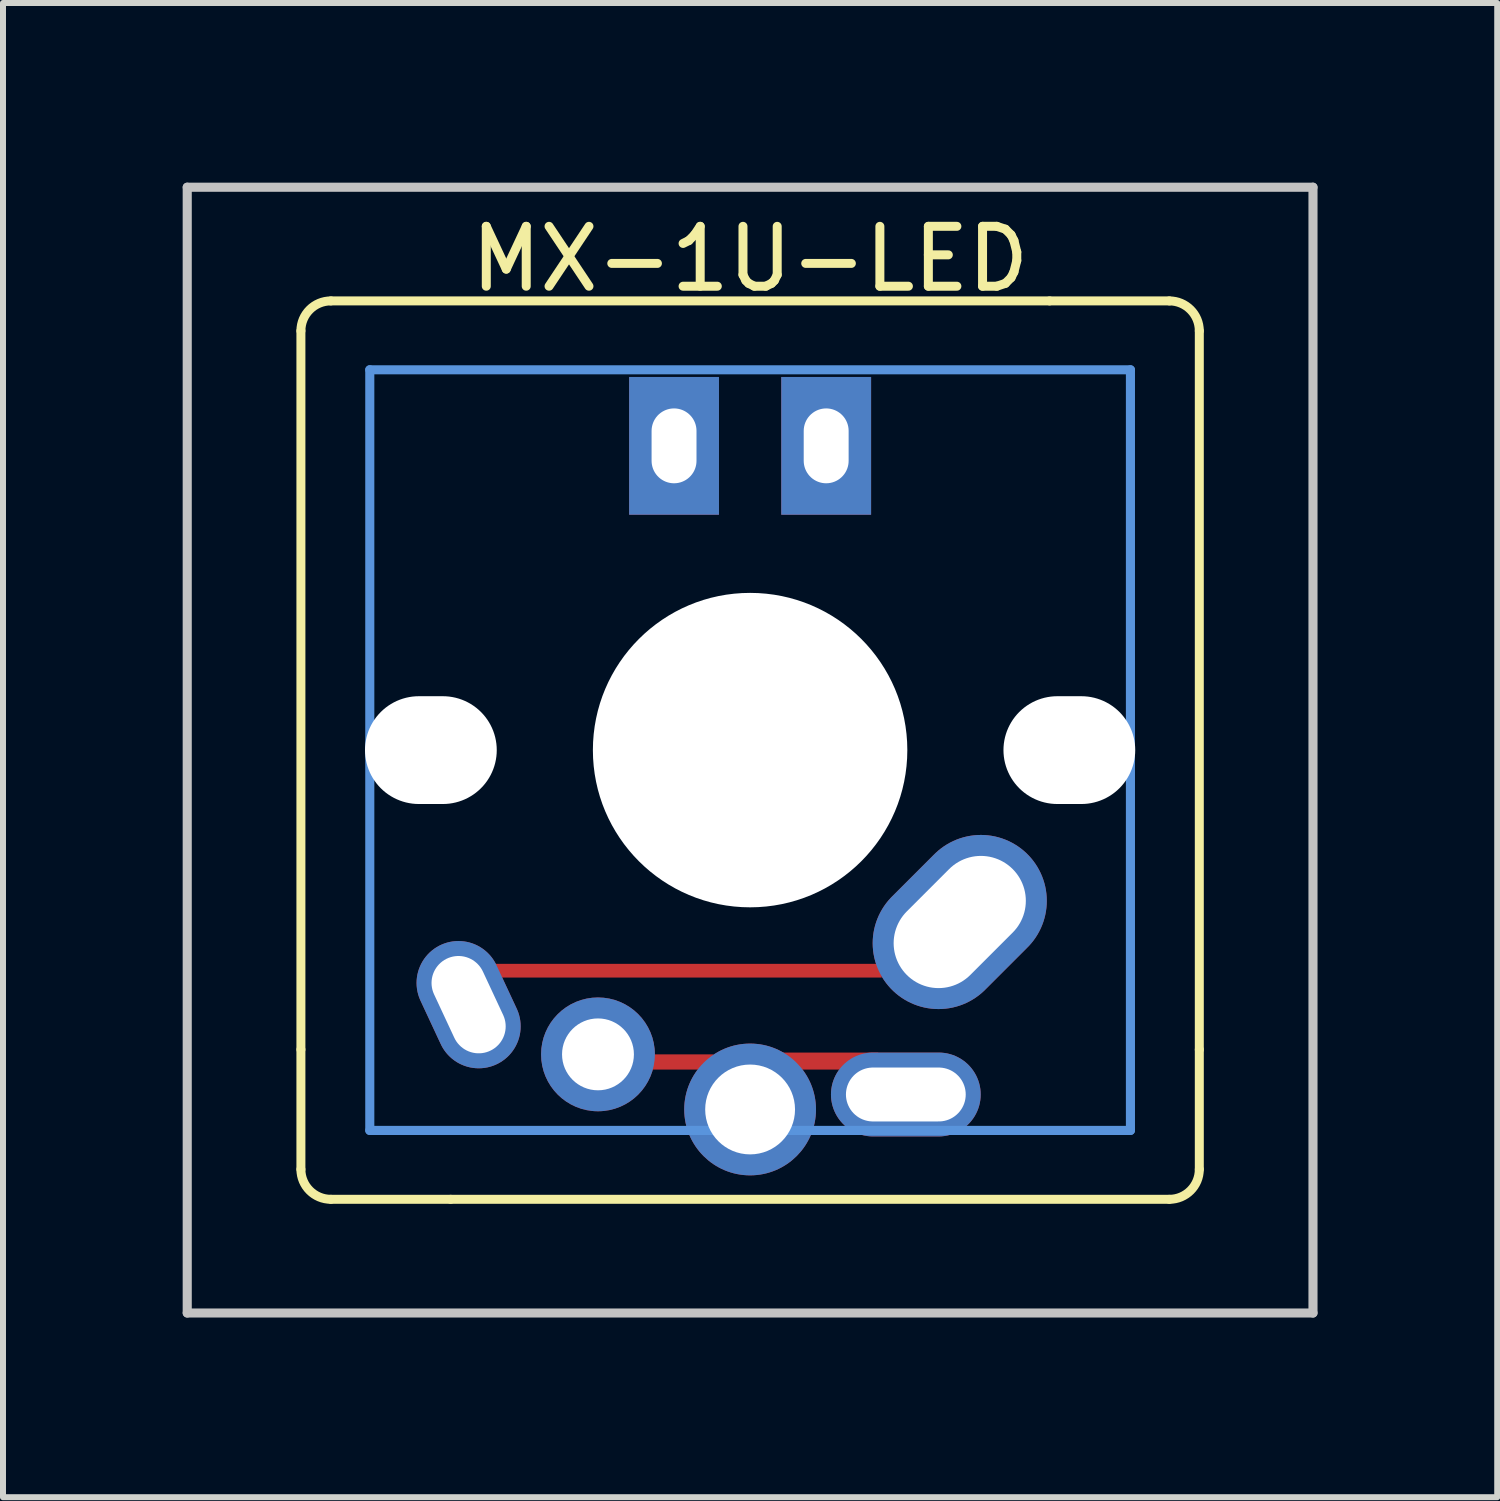
<source format=kicad_pcb>
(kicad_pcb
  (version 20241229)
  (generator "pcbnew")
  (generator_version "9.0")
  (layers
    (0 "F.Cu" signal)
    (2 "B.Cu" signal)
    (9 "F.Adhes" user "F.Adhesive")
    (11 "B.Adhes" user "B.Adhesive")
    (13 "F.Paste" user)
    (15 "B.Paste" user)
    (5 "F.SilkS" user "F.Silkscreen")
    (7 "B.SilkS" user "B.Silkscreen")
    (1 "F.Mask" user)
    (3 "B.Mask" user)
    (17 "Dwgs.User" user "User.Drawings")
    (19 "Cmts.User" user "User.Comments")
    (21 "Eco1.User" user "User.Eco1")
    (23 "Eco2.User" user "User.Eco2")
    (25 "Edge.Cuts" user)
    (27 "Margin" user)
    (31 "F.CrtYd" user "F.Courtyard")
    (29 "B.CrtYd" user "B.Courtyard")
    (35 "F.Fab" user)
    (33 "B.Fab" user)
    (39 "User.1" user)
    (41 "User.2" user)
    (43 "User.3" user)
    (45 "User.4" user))
  (footprint "MX-1U-LED"
    (layer "F.Cu")
    (at 9.474 9.474)
    (property "Reference" "MX-1U-LED" (at 0 -8.2 0) (layer "F.SilkS") (effects (font (size 1 1) (thickness 0.15))))
    (attr through_hole)
    (fp_line (start -7.5 -7) (end -7.5 5) (stroke (width 0.15) (type solid)) (layer "F.SilkS"))
    (fp_line (start -7.5 7) (end -7.5 5) (stroke (width 0.15) (type solid)) (layer "F.SilkS"))
    (fp_line (start -7 -7.5) (end 5 -7.5) (stroke (width 0.15) (type solid)) (layer "F.SilkS"))
    (fp_line (start -7 7.5) (end -5 7.5) (stroke (width 0.15) (type solid)) (layer "F.SilkS"))
    (fp_line (start 7 -7.5) (end 5 -7.5) (stroke (width 0.15) (type solid)) (layer "F.SilkS"))
    (fp_line (start 7 7.5) (end -5 7.5) (stroke (width 0.15) (type solid)) (layer "F.SilkS"))
    (fp_line (start 7.5 -7) (end 7.5 5) (stroke (width 0.15) (type solid)) (layer "F.SilkS"))
    (fp_line (start 7.5 7) (end 7.5 5) (stroke (width 0.15) (type solid)) (layer "F.SilkS"))
    (fp_arc (start -7.5 -7) (mid -7.353553 -7.353553) (end -7 -7.5) (stroke (width 0.15) (type solid)) (layer "F.SilkS"))
    (fp_arc (start -7 7.5) (mid -7.353553 7.353553) (end -7.5 7) (stroke (width 0.15) (type solid)) (layer "F.SilkS"))
    (fp_arc (start 7 -7.5) (mid 7.353553 -7.353553) (end 7.5 -7) (stroke (width 0.15) (type solid)) (layer "F.SilkS"))
    (fp_arc (start 7.5 7) (mid 7.353553 7.353553) (end 7 7.5) (stroke (width 0.15) (type solid)) (layer "F.SilkS"))
    (fp_line (start -9.398 -9.398) (end 9.398 -9.398) (stroke (width 0.152) (type solid)) (layer "Dwgs.User"))
    (fp_line (start -9.398 9.398) (end -9.398 -9.398) (stroke (width 0.152) (type solid)) (layer "Dwgs.User"))
    (fp_line (start 9.398 -9.398) (end 9.398 9.398) (stroke (width 0.152) (type solid)) (layer "Dwgs.User"))
    (fp_line (start 9.398 9.398) (end -9.398 9.398) (stroke (width 0.152) (type solid)) (layer "Dwgs.User"))
    (fp_line (start -6.35 -6.35) (end 6.35 -6.35) (stroke (width 0.152) (type solid)) (layer "Cmts.User"))
    (fp_line (start -6.35 6.35) (end -6.35 -6.35) (stroke (width 0.152) (type solid)) (layer "Cmts.User"))
    (fp_line (start 6.35 -6.35) (end 6.35 6.35) (stroke (width 0.152) (type solid)) (layer "Cmts.User"))
    (fp_line (start 6.35 6.35) (end -6.35 6.35) (stroke (width 0.152) (type solid)) (layer "Cmts.User"))
    (fp_line (start -7.798 -6.005) (end -6.985 -6.005) (stroke (width 0.152) (type solid)) (layer "Eco2.User"))
    (fp_line (start -7.798 -2.504) (end -7.798 -6.005) (stroke (width 0.152) (type solid)) (layer "Eco2.User"))
    (fp_line (start -7.798 2.504) (end -6.985 2.504) (stroke (width 0.152) (type solid)) (layer "Eco2.User"))
    (fp_line (start -7.798 6.005) (end -7.798 2.504) (stroke (width 0.152) (type solid)) (layer "Eco2.User"))
    (fp_line (start -6.985 -6.985) (end 6.985 -6.985) (stroke (width 0.152) (type solid)) (layer "Eco2.User"))
    (fp_line (start -6.985 -6.005) (end -6.985 -6.985) (stroke (width 0.152) (type solid)) (layer "Eco2.User"))
    (fp_line (start -6.985 -2.504) (end -7.798 -2.504) (stroke (width 0.152) (type solid)) (layer "Eco2.User"))
    (fp_line (start -6.985 2.504) (end -6.985 -2.504) (stroke (width 0.152) (type solid)) (layer "Eco2.User"))
    (fp_line (start -6.985 6.005) (end -7.798 6.005) (stroke (width 0.152) (type solid)) (layer "Eco2.User"))
    (fp_line (start -6.985 6.985) (end -6.985 6.005) (stroke (width 0.152) (type solid)) (layer "Eco2.User"))
    (fp_line (start 6.985 -6.985) (end 6.985 -6.005) (stroke (width 0.152) (type solid)) (layer "Eco2.User"))
    (fp_line (start 6.985 -6.005) (end 7.798 -6.005) (stroke (width 0.152) (type solid)) (layer "Eco2.User"))
    (fp_line (start 6.985 -2.504) (end 6.985 2.504) (stroke (width 0.152) (type solid)) (layer "Eco2.User"))
    (fp_line (start 6.985 2.504) (end 7.798 2.504) (stroke (width 0.152) (type solid)) (layer "Eco2.User"))
    (fp_line (start 6.985 6.005) (end 6.985 6.985) (stroke (width 0.152) (type solid)) (layer "Eco2.User"))
    (fp_line (start 6.985 6.985) (end -6.985 6.985) (stroke (width 0.152) (type solid)) (layer "Eco2.User"))
    (fp_line (start 7.798 -6.005) (end 7.798 -2.504) (stroke (width 0.152) (type solid)) (layer "Eco2.User"))
    (fp_line (start 7.798 -2.504) (end 6.985 -2.504) (stroke (width 0.152) (type solid)) (layer "Eco2.User"))
    (fp_line (start 7.798 2.504) (end 7.798 6.005) (stroke (width 0.152) (type solid)) (layer "Eco2.User"))
    (fp_line (start 7.798 6.005) (end 6.985 6.005) (stroke (width 0.152) (type solid)) (layer "Eco2.User"))
    (pad "" np_thru_hole oval (at -5.33 0 270) (size 1.8 2.2) (drill oval 1.8 2.2) (layers "*.Cu" "*.Mask"))
    (pad "" np_thru_hole circle (at 0 0 180) (size 5.25 5.25) (drill 5.25) (layers "*.Cu" "*.Mask"))
    (pad "" np_thru_hole oval (at 5.33 0 270) (size 1.8 2.2) (drill oval 1.8 2.2) (layers "*.Cu" "*.Mask"))
    (pad "1" thru_hole oval (at -4.7 4.25 205) (size 1.4 2.2) (drill oval 0.9 1.7) (layers "*.Cu" "*.Mask"))
    (pad "1" smd rect (at -1.219 3.683 270) (size 0.229 6.833) (layers "F.Cu" "F.Mask" "F.Paste"))
    (pad "1" thru_hole oval (at 3.5 2.87 225) (size 3.2 2.2) (drill oval 2.5 1.5) (layers "*.Cu" "*.Mask"))
    (pad "2" thru_hole circle (at -2.54 5.08 90) (size 1.9 1.9) (drill 1.2) (layers "*.Cu" "*.Mask"))
    (pad "2" smd rect (at -1.27 5.207 270) (size 0.254 1.312) (layers "F.Cu" "F.Mask" "F.Paste"))
    (pad "2" thru_hole circle (at 0 6 90) (size 2.2 2.2) (drill 1.5) (layers "*.Cu" "*.Mask"))
    (pad "2" smd rect (at 1.26 5.192 270) (size 0.284 1.758) (layers "F.Cu" "F.Mask" "F.Paste"))
    (pad "2" thru_hole oval (at 2.6 5.75 270) (size 1.4 2.5) (drill oval 0.9 2) (layers "*.Cu" "*.Mask"))
    (pad "3" thru_hole rect (at 1.27 -5.08 90) (size 2.3 1.5) (drill oval 1.25 0.75) (layers "*.Cu" "*.Mask"))
    (pad "4" thru_hole rect (at -1.27 -5.08 90) (size 2.3 1.5) (drill oval 1.25 0.75) (layers "*.Cu" "*.Mask")))
  (gr_rect
    (start -3 -3)
    (end 21.948 21.948)
    (stroke (width 0.1) (type default))
    (fill no)
    (layer "Edge.Cuts")))
</source>
